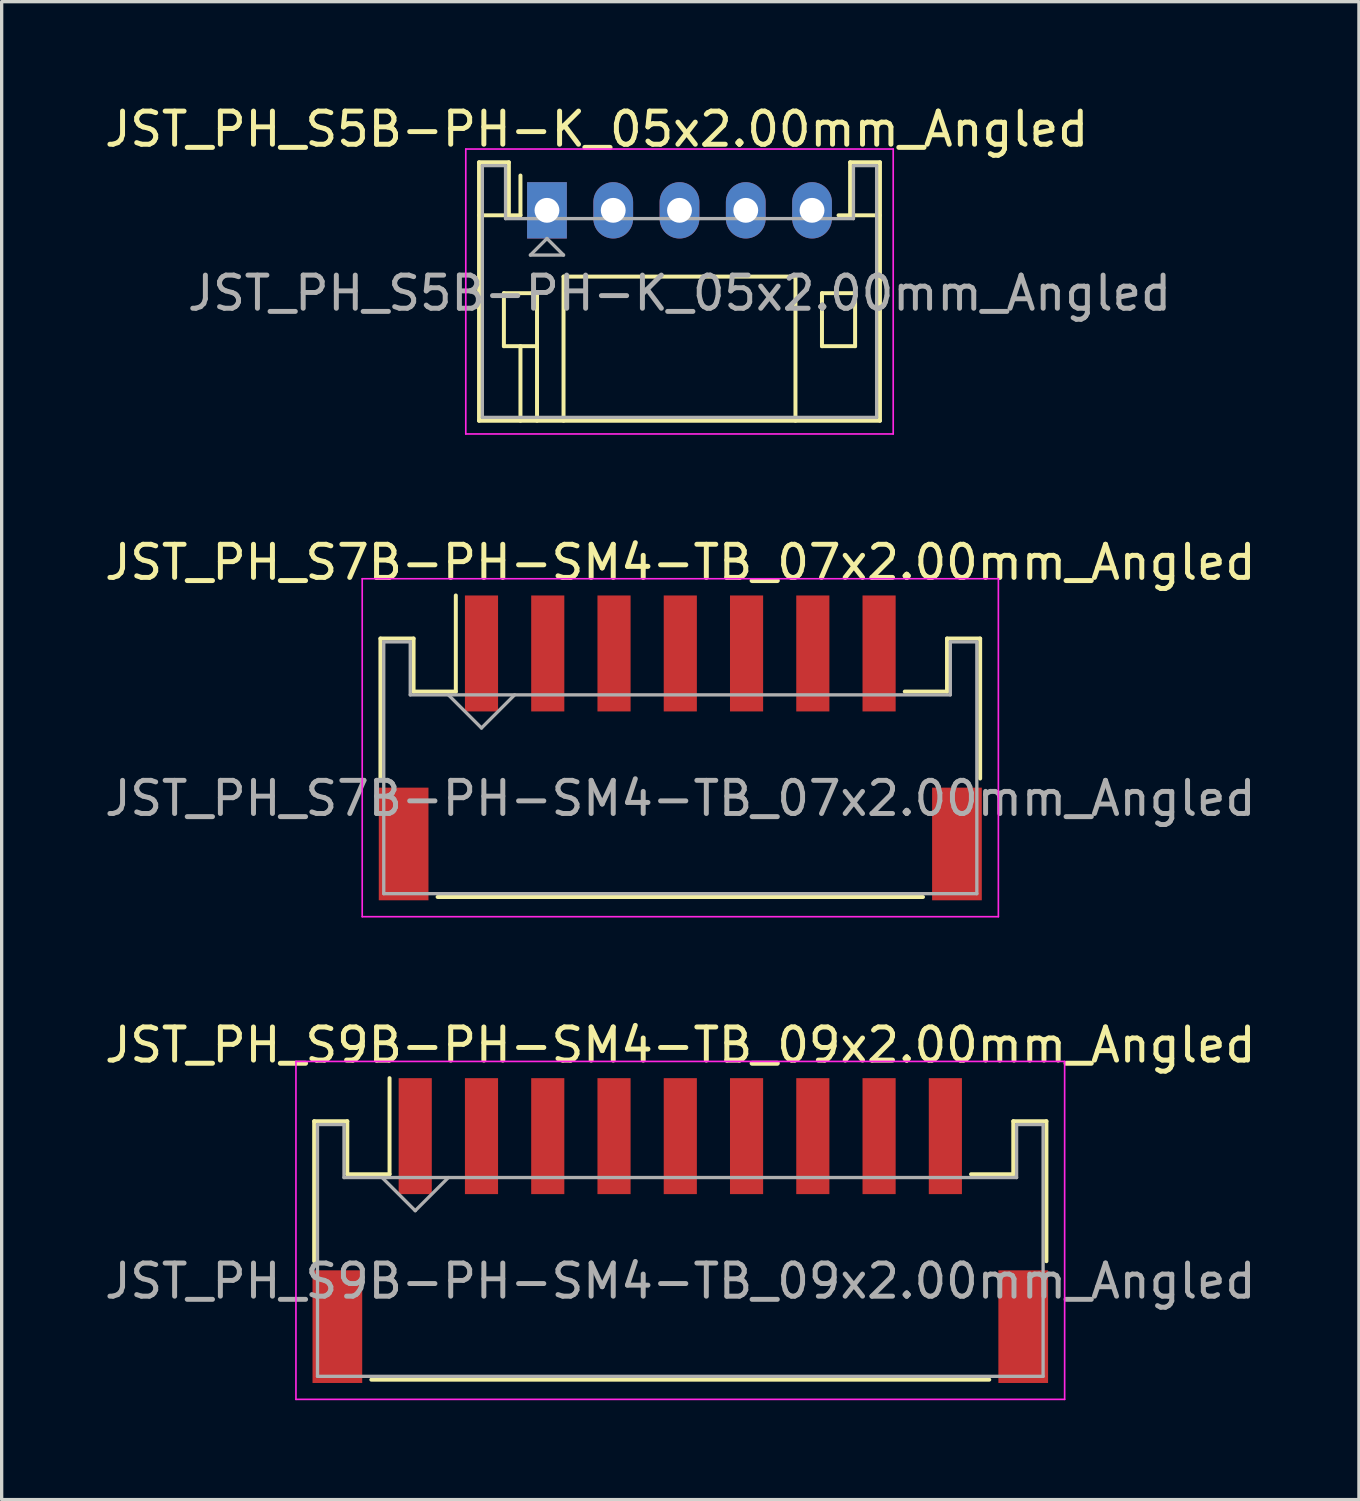
<source format=kicad_pcb>
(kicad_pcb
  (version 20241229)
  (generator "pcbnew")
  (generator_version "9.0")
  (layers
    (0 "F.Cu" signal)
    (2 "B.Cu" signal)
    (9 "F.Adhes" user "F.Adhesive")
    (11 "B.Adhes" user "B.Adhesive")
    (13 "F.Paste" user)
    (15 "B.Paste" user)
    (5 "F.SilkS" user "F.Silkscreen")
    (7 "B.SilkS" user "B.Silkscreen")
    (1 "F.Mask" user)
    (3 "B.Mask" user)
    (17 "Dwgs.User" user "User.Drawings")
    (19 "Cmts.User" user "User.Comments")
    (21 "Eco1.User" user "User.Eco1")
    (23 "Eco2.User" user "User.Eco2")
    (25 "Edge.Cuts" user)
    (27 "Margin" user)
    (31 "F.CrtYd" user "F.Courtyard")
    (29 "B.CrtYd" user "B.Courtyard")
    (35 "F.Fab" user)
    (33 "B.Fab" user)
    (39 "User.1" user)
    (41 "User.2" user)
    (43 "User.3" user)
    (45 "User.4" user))
  (footprint "JST_PH_S5B-PH-K_05x2.00mm_Angled"
    (layer "F.Cu")
    (at 13.458 3.298)
    (property "Reference" "JST_PH_S5B-PH-K_05x2.00mm_Angled" (at 1.5 -2.45 0) (layer "F.SilkS") (effects (font (size 1 1) (thickness 0.15))))
    (attr through_hole)
    (fp_line (start -2.05 -1.45) (end -2.05 6.35) (stroke (width 0.12) (type solid)) (layer "F.SilkS"))
    (fp_line (start -2.05 0.15) (end -1.15 0.15) (stroke (width 0.12) (type solid)) (layer "F.SilkS"))
    (fp_line (start -2.05 6.35) (end 10.05 6.35) (stroke (width 0.12) (type solid)) (layer "F.SilkS"))
    (fp_line (start -1.3 2.5) (end -1.3 4.1) (stroke (width 0.12) (type solid)) (layer "F.SilkS"))
    (fp_line (start -1.3 4.1) (end -0.3 4.1) (stroke (width 0.12) (type solid)) (layer "F.SilkS"))
    (fp_line (start -1.15 -1.45) (end -2.05 -1.45) (stroke (width 0.12) (type solid)) (layer "F.SilkS"))
    (fp_line (start -1.15 0.15) (end -1.15 -1.45) (stroke (width 0.12) (type solid)) (layer "F.SilkS"))
    (fp_line (start -0.8 0.15) (end -1.15 0.15) (stroke (width 0.12) (type solid)) (layer "F.SilkS"))
    (fp_line (start -0.8 0.15) (end -0.8 -1.05) (stroke (width 0.12) (type solid)) (layer "F.SilkS"))
    (fp_line (start -0.8 4.1) (end -0.8 6.35) (stroke (width 0.12) (type solid)) (layer "F.SilkS"))
    (fp_line (start -0.3 2.5) (end -1.3 2.5) (stroke (width 0.12) (type solid)) (layer "F.SilkS"))
    (fp_line (start -0.3 4.1) (end -0.3 2.5) (stroke (width 0.12) (type solid)) (layer "F.SilkS"))
    (fp_line (start -0.3 4.1) (end -0.3 6.35) (stroke (width 0.12) (type solid)) (layer "F.SilkS"))
    (fp_line (start 0.5 2) (end 7.5 2) (stroke (width 0.12) (type solid)) (layer "F.SilkS"))
    (fp_line (start 0.5 6.35) (end 0.5 2) (stroke (width 0.12) (type solid)) (layer "F.SilkS"))
    (fp_line (start 7.5 2) (end 7.5 6.35) (stroke (width 0.12) (type solid)) (layer "F.SilkS"))
    (fp_line (start 8.3 2.5) (end 9.3 2.5) (stroke (width 0.12) (type solid)) (layer "F.SilkS"))
    (fp_line (start 8.3 4.1) (end 8.3 2.5) (stroke (width 0.12) (type solid)) (layer "F.SilkS"))
    (fp_line (start 9.15 -1.45) (end 9.15 0.15) (stroke (width 0.12) (type solid)) (layer "F.SilkS"))
    (fp_line (start 9.15 0.15) (end 8.8 0.15) (stroke (width 0.12) (type solid)) (layer "F.SilkS"))
    (fp_line (start 9.3 2.5) (end 9.3 4.1) (stroke (width 0.12) (type solid)) (layer "F.SilkS"))
    (fp_line (start 9.3 4.1) (end 8.3 4.1) (stroke (width 0.12) (type solid)) (layer "F.SilkS"))
    (fp_line (start 10.05 -1.45) (end 9.15 -1.45) (stroke (width 0.12) (type solid)) (layer "F.SilkS"))
    (fp_line (start 10.05 0.15) (end 9.15 0.15) (stroke (width 0.12) (type solid)) (layer "F.SilkS"))
    (fp_line (start 10.05 6.35) (end 10.05 -1.45) (stroke (width 0.12) (type solid)) (layer "F.SilkS"))
    (fp_line (start -2.45 -1.85) (end -2.45 6.75) (stroke (width 0.05) (type solid)) (layer "F.CrtYd"))
    (fp_line (start -2.45 6.75) (end 10.45 6.75) (stroke (width 0.05) (type solid)) (layer "F.CrtYd"))
    (fp_line (start 10.45 -1.85) (end -2.45 -1.85) (stroke (width 0.05) (type solid)) (layer "F.CrtYd"))
    (fp_line (start 10.45 6.75) (end 10.45 -1.85) (stroke (width 0.05) (type solid)) (layer "F.CrtYd"))
    (fp_line (start -1.95 -1.35) (end -1.95 6.25) (stroke (width 0.1) (type solid)) (layer "F.Fab"))
    (fp_line (start -1.95 6.25) (end 9.95 6.25) (stroke (width 0.1) (type solid)) (layer "F.Fab"))
    (fp_line (start -1.25 -1.35) (end -1.95 -1.35) (stroke (width 0.1) (type solid)) (layer "F.Fab"))
    (fp_line (start -1.25 0.25) (end -1.25 -1.35) (stroke (width 0.1) (type solid)) (layer "F.Fab"))
    (fp_line (start -0.5 1.35) (end 0.5 1.35) (stroke (width 0.1) (type solid)) (layer "F.Fab"))
    (fp_line (start 0 0.85) (end -0.5 1.35) (stroke (width 0.1) (type solid)) (layer "F.Fab"))
    (fp_line (start 0.5 1.35) (end 0 0.85) (stroke (width 0.1) (type solid)) (layer "F.Fab"))
    (fp_line (start 9.25 -1.35) (end 9.25 0.25) (stroke (width 0.1) (type solid)) (layer "F.Fab"))
    (fp_line (start 9.25 0.25) (end -1.25 0.25) (stroke (width 0.1) (type solid)) (layer "F.Fab"))
    (fp_line (start 9.95 -1.35) (end 9.25 -1.35) (stroke (width 0.1) (type solid)) (layer "F.Fab"))
    (fp_line (start 9.95 6.25) (end 9.95 -1.35) (stroke (width 0.1) (type solid)) (layer "F.Fab"))
    (fp_text user "${REFERENCE}" (at 4 2.5 0) (layer "F.Fab") (effects (font (size 1 1) (thickness 0.15))))
    (pad "1" thru_hole rect (at 0 0) (size 1.2 1.7) (drill 0.75) (layers "*.Cu" "*.Mask"))
    (pad "2" thru_hole oval (at 2 0) (size 1.2 1.7) (drill 0.75) (layers "*.Cu" "*.Mask"))
    (pad "3" thru_hole oval (at 4 0) (size 1.2 1.7) (drill 0.75) (layers "*.Cu" "*.Mask"))
    (pad "4" thru_hole oval (at 6 0) (size 1.2 1.7) (drill 0.75) (layers "*.Cu" "*.Mask"))
    (pad "5" thru_hole oval (at 8 0) (size 1.2 1.7) (drill 0.75) (layers "*.Cu" "*.Mask")))
  (footprint "JST_PH_S9B-PH-SM4-TB_09x2.00mm_Angled"
    (layer "F.Cu")
    (at 17.482 34.115)
    (property "Reference" "JST_PH_S9B-PH-SM4-TB_09x2.00mm_Angled" (at 0 -5.625 0) (layer "F.SilkS") (effects (font (size 1 1) (thickness 0.15))))
    (attr smd)
    (fp_line (start -11.05 -3.325) (end -11.05 0.9) (stroke (width 0.12) (type solid)) (layer "F.SilkS"))
    (fp_line (start -10.05 -3.325) (end -11.05 -3.325) (stroke (width 0.12) (type solid)) (layer "F.SilkS"))
    (fp_line (start -10.05 -1.725) (end -10.05 -3.325) (stroke (width 0.12) (type solid)) (layer "F.SilkS"))
    (fp_line (start -9.325 4.475) (end 9.325 4.475) (stroke (width 0.12) (type solid)) (layer "F.SilkS"))
    (fp_line (start -8.775 -1.725) (end -10.05 -1.725) (stroke (width 0.12) (type solid)) (layer "F.SilkS"))
    (fp_line (start -8.775 -1.725) (end -8.775 -4.625) (stroke (width 0.12) (type solid)) (layer "F.SilkS"))
    (fp_line (start 10.05 -3.325) (end 10.05 -1.725) (stroke (width 0.12) (type solid)) (layer "F.SilkS"))
    (fp_line (start 10.05 -1.725) (end 8.775 -1.725) (stroke (width 0.12) (type solid)) (layer "F.SilkS"))
    (fp_line (start 11.05 -3.325) (end 10.05 -3.325) (stroke (width 0.12) (type solid)) (layer "F.SilkS"))
    (fp_line (start 11.05 0.9) (end 11.05 -3.325) (stroke (width 0.12) (type solid)) (layer "F.SilkS"))
    (fp_line (start -11.6 -5.13) (end -11.6 5.07) (stroke (width 0.05) (type solid)) (layer "F.CrtYd"))
    (fp_line (start -11.6 5.07) (end 11.6 5.07) (stroke (width 0.05) (type solid)) (layer "F.CrtYd"))
    (fp_line (start 11.6 -5.13) (end -11.6 -5.13) (stroke (width 0.05) (type solid)) (layer "F.CrtYd"))
    (fp_line (start 11.6 5.07) (end 11.6 -5.13) (stroke (width 0.05) (type solid)) (layer "F.CrtYd"))
    (fp_line (start -10.95 -3.225) (end -10.95 4.375) (stroke (width 0.1) (type solid)) (layer "F.Fab"))
    (fp_line (start -10.95 4.375) (end 10.95 4.375) (stroke (width 0.1) (type solid)) (layer "F.Fab"))
    (fp_line (start -10.15 -3.225) (end -10.95 -3.225) (stroke (width 0.1) (type solid)) (layer "F.Fab"))
    (fp_line (start -10.15 -1.625) (end -10.15 -3.225) (stroke (width 0.1) (type solid)) (layer "F.Fab"))
    (fp_line (start -9 -1.625) (end -8 -0.625) (stroke (width 0.1) (type solid)) (layer "F.Fab"))
    (fp_line (start -8 -0.625) (end -7 -1.625) (stroke (width 0.1) (type solid)) (layer "F.Fab"))
    (fp_line (start 10.15 -3.225) (end 10.15 -1.625) (stroke (width 0.1) (type solid)) (layer "F.Fab"))
    (fp_line (start 10.15 -1.625) (end -10.15 -1.625) (stroke (width 0.1) (type solid)) (layer "F.Fab"))
    (fp_line (start 10.95 -3.225) (end 10.15 -3.225) (stroke (width 0.1) (type solid)) (layer "F.Fab"))
    (fp_line (start 10.95 4.375) (end 10.95 -3.225) (stroke (width 0.1) (type solid)) (layer "F.Fab"))
    (fp_text user "${REFERENCE}" (at 0 1.5 0) (layer "F.Fab") (effects (font (size 1 1) (thickness 0.15))))
    (pad "" smd rect (at -10.35 2.875) (size 1.5 3.4) (layers "F.Cu" "F.Mask" "F.Paste"))
    (pad "" smd rect (at 10.35 2.875) (size 1.5 3.4) (layers "F.Cu" "F.Mask" "F.Paste"))
    (pad "1" smd rect (at -8 -2.875) (size 1 3.5) (layers "F.Cu" "F.Mask" "F.Paste"))
    (pad "2" smd rect (at -6 -2.875) (size 1 3.5) (layers "F.Cu" "F.Mask" "F.Paste"))
    (pad "3" smd rect (at -4 -2.875) (size 1 3.5) (layers "F.Cu" "F.Mask" "F.Paste"))
    (pad "4" smd rect (at -2 -2.875) (size 1 3.5) (layers "F.Cu" "F.Mask" "F.Paste"))
    (pad "5" smd rect (at 0 -2.875) (size 1 3.5) (layers "F.Cu" "F.Mask" "F.Paste"))
    (pad "6" smd rect (at 2 -2.875) (size 1 3.5) (layers "F.Cu" "F.Mask" "F.Paste"))
    (pad "7" smd rect (at 4 -2.875) (size 1 3.5) (layers "F.Cu" "F.Mask" "F.Paste"))
    (pad "8" smd rect (at 6 -2.875) (size 1 3.5) (layers "F.Cu" "F.Mask" "F.Paste"))
    (pad "9" smd rect (at 8 -2.875) (size 1 3.5) (layers "F.Cu" "F.Mask" "F.Paste")))
  (footprint "JST_PH_S7B-PH-SM4-TB_07x2.00mm_Angled"
    (layer "F.Cu")
    (at 17.482 19.547)
    (property "Reference" "JST_PH_S7B-PH-SM4-TB_07x2.00mm_Angled" (at 0 -5.625 0) (layer "F.SilkS") (effects (font (size 1 1) (thickness 0.15))))
    (attr smd)
    (fp_line (start -9.05 -3.325) (end -9.05 0.9) (stroke (width 0.12) (type solid)) (layer "F.SilkS"))
    (fp_line (start -8.05 -3.325) (end -9.05 -3.325) (stroke (width 0.12) (type solid)) (layer "F.SilkS"))
    (fp_line (start -8.05 -1.725) (end -8.05 -3.325) (stroke (width 0.12) (type solid)) (layer "F.SilkS"))
    (fp_line (start -7.325 4.475) (end 7.325 4.475) (stroke (width 0.12) (type solid)) (layer "F.SilkS"))
    (fp_line (start -6.775 -1.725) (end -8.05 -1.725) (stroke (width 0.12) (type solid)) (layer "F.SilkS"))
    (fp_line (start -6.775 -1.725) (end -6.775 -4.625) (stroke (width 0.12) (type solid)) (layer "F.SilkS"))
    (fp_line (start 8.05 -3.325) (end 8.05 -1.725) (stroke (width 0.12) (type solid)) (layer "F.SilkS"))
    (fp_line (start 8.05 -1.725) (end 6.775 -1.725) (stroke (width 0.12) (type solid)) (layer "F.SilkS"))
    (fp_line (start 9.05 -3.325) (end 8.05 -3.325) (stroke (width 0.12) (type solid)) (layer "F.SilkS"))
    (fp_line (start 9.05 0.9) (end 9.05 -3.325) (stroke (width 0.12) (type solid)) (layer "F.SilkS"))
    (fp_line (start -9.6 -5.13) (end -9.6 5.07) (stroke (width 0.05) (type solid)) (layer "F.CrtYd"))
    (fp_line (start -9.6 5.07) (end 9.6 5.07) (stroke (width 0.05) (type solid)) (layer "F.CrtYd"))
    (fp_line (start 9.6 -5.13) (end -9.6 -5.13) (stroke (width 0.05) (type solid)) (layer "F.CrtYd"))
    (fp_line (start 9.6 5.07) (end 9.6 -5.13) (stroke (width 0.05) (type solid)) (layer "F.CrtYd"))
    (fp_line (start -8.95 -3.225) (end -8.95 4.375) (stroke (width 0.1) (type solid)) (layer "F.Fab"))
    (fp_line (start -8.95 4.375) (end 8.95 4.375) (stroke (width 0.1) (type solid)) (layer "F.Fab"))
    (fp_line (start -8.15 -3.225) (end -8.95 -3.225) (stroke (width 0.1) (type solid)) (layer "F.Fab"))
    (fp_line (start -8.15 -1.625) (end -8.15 -3.225) (stroke (width 0.1) (type solid)) (layer "F.Fab"))
    (fp_line (start -7 -1.625) (end -6 -0.625) (stroke (width 0.1) (type solid)) (layer "F.Fab"))
    (fp_line (start -6 -0.625) (end -5 -1.625) (stroke (width 0.1) (type solid)) (layer "F.Fab"))
    (fp_line (start 8.15 -3.225) (end 8.15 -1.625) (stroke (width 0.1) (type solid)) (layer "F.Fab"))
    (fp_line (start 8.15 -1.625) (end -8.15 -1.625) (stroke (width 0.1) (type solid)) (layer "F.Fab"))
    (fp_line (start 8.95 -3.225) (end 8.15 -3.225) (stroke (width 0.1) (type solid)) (layer "F.Fab"))
    (fp_line (start 8.95 4.375) (end 8.95 -3.225) (stroke (width 0.1) (type solid)) (layer "F.Fab"))
    (fp_text user "${REFERENCE}" (at 0 1.5 0) (layer "F.Fab") (effects (font (size 1 1) (thickness 0.15))))
    (pad "" smd rect (at -8.35 2.875) (size 1.5 3.4) (layers "F.Cu" "F.Mask" "F.Paste"))
    (pad "" smd rect (at 8.35 2.875) (size 1.5 3.4) (layers "F.Cu" "F.Mask" "F.Paste"))
    (pad "1" smd rect (at -6 -2.875) (size 1 3.5) (layers "F.Cu" "F.Mask" "F.Paste"))
    (pad "2" smd rect (at -4 -2.875) (size 1 3.5) (layers "F.Cu" "F.Mask" "F.Paste"))
    (pad "3" smd rect (at -2 -2.875) (size 1 3.5) (layers "F.Cu" "F.Mask" "F.Paste"))
    (pad "4" smd rect (at 0 -2.875) (size 1 3.5) (layers "F.Cu" "F.Mask" "F.Paste"))
    (pad "5" smd rect (at 2 -2.875) (size 1 3.5) (layers "F.Cu" "F.Mask" "F.Paste"))
    (pad "6" smd rect (at 4 -2.875) (size 1 3.5) (layers "F.Cu" "F.Mask" "F.Paste"))
    (pad "7" smd rect (at 6 -2.875) (size 1 3.5) (layers "F.Cu" "F.Mask" "F.Paste")))
  (gr_rect
    (start -3 -3)
    (end 37.964 42.21)
    (stroke (width 0.1) (type default))
    (fill no)
    (layer "Edge.Cuts")))
</source>
